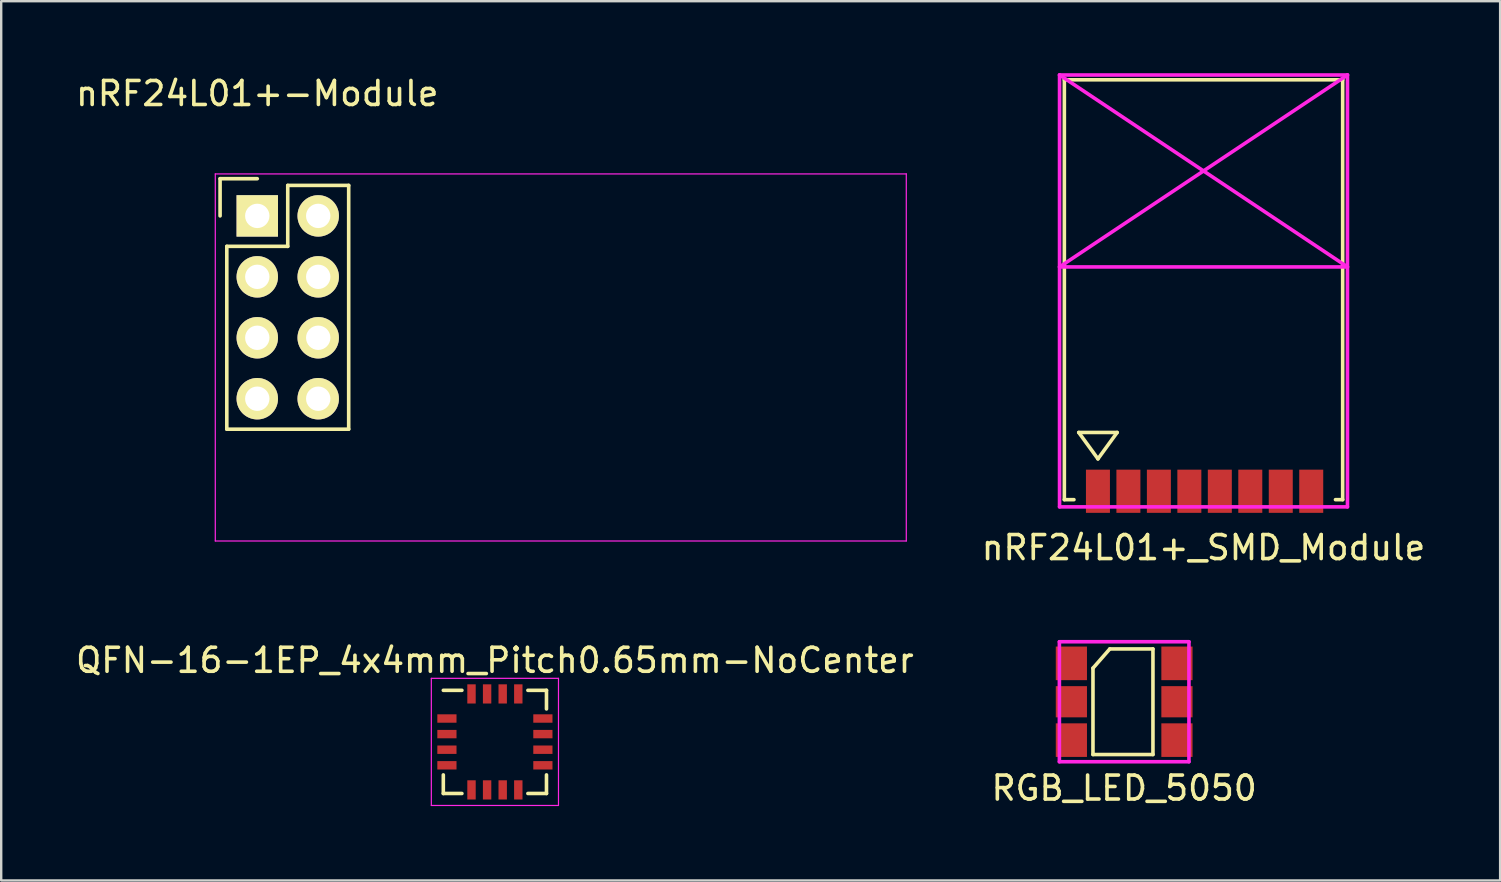
<source format=kicad_pcb>
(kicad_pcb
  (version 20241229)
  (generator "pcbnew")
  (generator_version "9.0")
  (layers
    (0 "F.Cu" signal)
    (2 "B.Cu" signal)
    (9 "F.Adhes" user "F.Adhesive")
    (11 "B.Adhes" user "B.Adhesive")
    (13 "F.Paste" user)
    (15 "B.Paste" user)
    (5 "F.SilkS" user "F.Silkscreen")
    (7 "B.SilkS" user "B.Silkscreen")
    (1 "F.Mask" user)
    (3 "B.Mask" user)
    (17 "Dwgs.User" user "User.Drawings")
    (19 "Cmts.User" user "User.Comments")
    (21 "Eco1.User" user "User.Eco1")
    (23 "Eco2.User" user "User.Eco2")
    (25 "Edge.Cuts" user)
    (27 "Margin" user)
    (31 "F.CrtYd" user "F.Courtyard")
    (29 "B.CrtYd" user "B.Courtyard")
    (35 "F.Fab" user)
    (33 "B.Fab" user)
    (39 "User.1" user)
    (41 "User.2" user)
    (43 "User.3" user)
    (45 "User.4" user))
  (footprint "nRF24L01+_SMD_Module"
    (layer "F.Cu")
    (at 47.111 10.375)
    (property "Reference" "nRF24L01+_SMD_Module" (at 0 9.4 0) (layer "F.SilkS") (effects (font (size 1 1) (thickness 0.15))))
    (attr through_hole)
    (fp_line (start -5.8 -10.1) (end 5.8 -10.1) (stroke (width 0.15) (type solid)) (layer "F.SilkS"))
    (fp_line (start -5.8 7.4) (end -5.8 -10.1) (stroke (width 0.15) (type solid)) (layer "F.SilkS"))
    (fp_line (start -5.4 7.4) (end -5.8 7.4) (stroke (width 0.15) (type solid)) (layer "F.SilkS"))
    (fp_line (start -5.2 4.6) (end -4.4 5.7) (stroke (width 0.15) (type solid)) (layer "F.SilkS"))
    (fp_line (start -4.4 5.7) (end -3.6 4.6) (stroke (width 0.15) (type solid)) (layer "F.SilkS"))
    (fp_line (start -3.6 4.6) (end -5.2 4.6) (stroke (width 0.15) (type solid)) (layer "F.SilkS"))
    (fp_line (start 5.8 -10.1) (end 5.8 7.4) (stroke (width 0.15) (type solid)) (layer "F.SilkS"))
    (fp_line (start 5.8 7.4) (end 5.5 7.4) (stroke (width 0.15) (type solid)) (layer "F.SilkS"))
    (fp_line (start -6 -10.3) (end -6 7.7) (stroke (width 0.15) (type solid)) (layer "F.CrtYd"))
    (fp_line (start -6 -10.3) (end 6 -2.3) (stroke (width 0.15) (type solid)) (layer "F.CrtYd"))
    (fp_line (start -6 -2.3) (end 6 -10.3) (stroke (width 0.15) (type solid)) (layer "F.CrtYd"))
    (fp_line (start -6 -2.3) (end 6 -2.3) (stroke (width 0.15) (type solid)) (layer "F.CrtYd"))
    (fp_line (start -6 7.7) (end 6 7.7) (stroke (width 0.15) (type solid)) (layer "F.CrtYd"))
    (fp_line (start 6 -10.3) (end -6 -10.3) (stroke (width 0.15) (type solid)) (layer "F.CrtYd"))
    (fp_line (start 6 7.7) (end 6 -10.3) (stroke (width 0.15) (type solid)) (layer "F.CrtYd"))
    (pad "1" smd rect (at -4.4 7.05) (size 1 1.8) (layers "F.Cu" "F.Mask" "F.Paste"))
    (pad "2" smd rect (at -3.13 7.05) (size 1 1.8) (layers "F.Cu" "F.Mask" "F.Paste"))
    (pad "3" smd rect (at -1.86 7.05) (size 1 1.8) (layers "F.Cu" "F.Mask" "F.Paste"))
    (pad "4" smd rect (at -0.59 7.05) (size 1 1.8) (layers "F.Cu" "F.Mask" "F.Paste"))
    (pad "5" smd rect (at 0.68 7.05) (size 1 1.8) (layers "F.Cu" "F.Mask" "F.Paste"))
    (pad "6" smd rect (at 1.95 7.05) (size 1 1.8) (layers "F.Cu" "F.Mask" "F.Paste"))
    (pad "7" smd rect (at 3.22 7.05) (size 1 1.8) (layers "F.Cu" "F.Mask" "F.Paste"))
    (pad "8" smd rect (at 4.49 7.05) (size 1 1.8) (layers "F.Cu" "F.Mask" "F.Paste")))
  (footprint "RGB_LED_5050"
    (layer "F.Cu")
    (at 43.804 26.198)
    (property "Reference" "RGB_LED_5050" (at 0 3.6 0) (layer "F.SilkS") (effects (font (size 1 1) (thickness 0.15))))
    (attr through_hole)
    (fp_line (start -1.3 -1.4) (end -0.6 -2.2) (stroke (width 0.15) (type solid)) (layer "F.SilkS"))
    (fp_line (start -1.3 2.2) (end -1.3 -1.4) (stroke (width 0.15) (type solid)) (layer "F.SilkS"))
    (fp_line (start -0.6 -2.2) (end 1.2 -2.2) (stroke (width 0.15) (type solid)) (layer "F.SilkS"))
    (fp_line (start 1.2 -2.2) (end 1.2 2.2) (stroke (width 0.15) (type solid)) (layer "F.SilkS"))
    (fp_line (start 1.2 2.2) (end -1.3 2.2) (stroke (width 0.15) (type solid)) (layer "F.SilkS"))
    (fp_line (start -2.7 -2.5) (end 2.7 -2.5) (stroke (width 0.15) (type solid)) (layer "F.CrtYd"))
    (fp_line (start -2.7 2.5) (end -2.7 -2.5) (stroke (width 0.15) (type solid)) (layer "F.CrtYd"))
    (fp_line (start 2.7 -2.5) (end 2.7 2.5) (stroke (width 0.15) (type solid)) (layer "F.CrtYd"))
    (fp_line (start 2.7 2.5) (end -2.7 2.5) (stroke (width 0.15) (type solid)) (layer "F.CrtYd"))
    (pad "1" smd rect (at -2.2 -1.6) (size 1.3 1.4) (layers "F.Cu" "F.Mask" "F.Paste"))
    (pad "2" smd rect (at 2.2 -1.6) (size 1.3 1.4) (layers "F.Cu" "F.Mask" "F.Paste"))
    (pad "3" smd rect (at -2.2 0) (size 1.3 1.3) (layers "F.Cu" "F.Mask" "F.Paste"))
    (pad "4" smd rect (at 2.2 0) (size 1.3 1.3) (layers "F.Cu" "F.Mask" "F.Paste"))
    (pad "5" smd rect (at -2.2 1.6) (size 1.3 1.4) (layers "F.Cu" "F.Mask" "F.Paste"))
    (pad "6" smd rect (at 2.2 1.6) (size 1.3 1.4) (layers "F.Cu" "F.Mask" "F.Paste")))
  (footprint "nRF24L01+-Module"
    (layer "F.Cu")
    (at 7.673 5.948)
    (property "Reference" "nRF24L01+-Module" (at 0 -5.1 0) (layer "F.SilkS") (effects (font (size 1 1) (thickness 0.15))))
    (attr through_hole)
    (fp_line (start -1.55 -1.55) (end -1.55 0) (stroke (width 0.15) (type solid)) (layer "F.SilkS"))
    (fp_line (start -1.27 1.27) (end -1.27 8.89) (stroke (width 0.15) (type solid)) (layer "F.SilkS"))
    (fp_line (start -1.27 8.89) (end 3.81 8.89) (stroke (width 0.15) (type solid)) (layer "F.SilkS"))
    (fp_line (start 0 -1.55) (end -1.55 -1.55) (stroke (width 0.15) (type solid)) (layer "F.SilkS"))
    (fp_line (start 1.27 -1.27) (end 1.27 1.27) (stroke (width 0.15) (type solid)) (layer "F.SilkS"))
    (fp_line (start 1.27 1.27) (end -1.27 1.27) (stroke (width 0.15) (type solid)) (layer "F.SilkS"))
    (fp_line (start 3.81 -1.27) (end 1.27 -1.27) (stroke (width 0.15) (type solid)) (layer "F.SilkS"))
    (fp_line (start 3.81 8.89) (end 3.81 -1.27) (stroke (width 0.15) (type solid)) (layer "F.SilkS"))
    (fp_line (start -1.75 -1.75) (end -1.75 13.55) (stroke (width 0.05) (type solid)) (layer "F.CrtYd"))
    (fp_line (start -1.75 -1.75) (end 27.05 -1.75) (stroke (width 0.05) (type solid)) (layer "F.CrtYd"))
    (fp_line (start -1.75 13.55) (end 27.05 13.55) (stroke (width 0.05) (type solid)) (layer "F.CrtYd"))
    (fp_line (start 27.05 -1.75) (end 27.05 13.55) (stroke (width 0.05) (type solid)) (layer "F.CrtYd"))
    (pad "1" thru_hole rect (at 0 0) (size 1.727 1.727) (drill 1.016) (layers "*.Cu" "*.Mask" "F.SilkS"))
    (pad "2" thru_hole oval (at 2.54 0) (size 1.727 1.727) (drill 1.016) (layers "*.Cu" "*.Mask" "F.SilkS"))
    (pad "3" thru_hole oval (at 0 2.54) (size 1.727 1.727) (drill 1.016) (layers "*.Cu" "*.Mask" "F.SilkS"))
    (pad "4" thru_hole oval (at 2.54 2.54) (size 1.727 1.727) (drill 1.016) (layers "*.Cu" "*.Mask" "F.SilkS"))
    (pad "5" thru_hole oval (at 0 5.08) (size 1.727 1.727) (drill 1.016) (layers "*.Cu" "*.Mask" "F.SilkS"))
    (pad "6" thru_hole oval (at 2.54 5.08) (size 1.727 1.727) (drill 1.016) (layers "*.Cu" "*.Mask" "F.SilkS"))
    (pad "7" thru_hole oval (at 0 7.62) (size 1.727 1.727) (drill 1.016) (layers "*.Cu" "*.Mask" "F.SilkS"))
    (pad "8" thru_hole oval (at 2.54 7.62) (size 1.727 1.727) (drill 1.016) (layers "*.Cu" "*.Mask" "F.SilkS")))
  (footprint "QFN-16-1EP_4x4mm_Pitch0.65mm-NoCenter"
    (layer "F.Cu")
    (at 17.577 27.872)
    (property "Reference" "QFN-16-1EP_4x4mm_Pitch0.65mm-NoCenter" (at 0 -3.4 0) (layer "F.SilkS") (effects (font (size 1 1) (thickness 0.15))))
    (attr smd)
    (fp_line (start -2.15 -2.15) (end -1.375 -2.15) (stroke (width 0.15) (type solid)) (layer "F.SilkS"))
    (fp_line (start -2.15 2.15) (end -2.15 1.375) (stroke (width 0.15) (type solid)) (layer "F.SilkS"))
    (fp_line (start -2.15 2.15) (end -1.375 2.15) (stroke (width 0.15) (type solid)) (layer "F.SilkS"))
    (fp_line (start 2.15 -2.15) (end 1.375 -2.15) (stroke (width 0.15) (type solid)) (layer "F.SilkS"))
    (fp_line (start 2.15 -2.15) (end 2.15 -1.375) (stroke (width 0.15) (type solid)) (layer "F.SilkS"))
    (fp_line (start 2.15 2.15) (end 1.375 2.15) (stroke (width 0.15) (type solid)) (layer "F.SilkS"))
    (fp_line (start 2.15 2.15) (end 2.15 1.375) (stroke (width 0.15) (type solid)) (layer "F.SilkS"))
    (fp_line (start -2.65 -2.65) (end -2.65 2.65) (stroke (width 0.05) (type solid)) (layer "F.CrtYd"))
    (fp_line (start -2.65 -2.65) (end 2.65 -2.65) (stroke (width 0.05) (type solid)) (layer "F.CrtYd"))
    (fp_line (start -2.65 2.65) (end 2.65 2.65) (stroke (width 0.05) (type solid)) (layer "F.CrtYd"))
    (fp_line (start 2.65 -2.65) (end 2.65 2.65) (stroke (width 0.05) (type solid)) (layer "F.CrtYd"))
    (pad "1" smd rect (at -2 -0.975) (size 0.8 0.35) (layers "F.Cu" "F.Mask" "F.Paste"))
    (pad "2" smd rect (at -2 -0.325) (size 0.8 0.35) (layers "F.Cu" "F.Mask" "F.Paste"))
    (pad "3" smd rect (at -2 0.325) (size 0.8 0.35) (layers "F.Cu" "F.Mask" "F.Paste"))
    (pad "4" smd rect (at -2 0.975) (size 0.8 0.35) (layers "F.Cu" "F.Mask" "F.Paste"))
    (pad "5" smd rect (at -0.975 2 90) (size 0.8 0.35) (layers "F.Cu" "F.Mask" "F.Paste"))
    (pad "6" smd rect (at -0.325 2 90) (size 0.8 0.35) (layers "F.Cu" "F.Mask" "F.Paste"))
    (pad "7" smd rect (at 0.325 2 90) (size 0.8 0.35) (layers "F.Cu" "F.Mask" "F.Paste"))
    (pad "8" smd rect (at 0.975 2 90) (size 0.8 0.35) (layers "F.Cu" "F.Mask" "F.Paste"))
    (pad "9" smd rect (at 2 0.975) (size 0.8 0.35) (layers "F.Cu" "F.Mask" "F.Paste"))
    (pad "10" smd rect (at 2 0.325) (size 0.8 0.35) (layers "F.Cu" "F.Mask" "F.Paste"))
    (pad "11" smd rect (at 2 -0.325) (size 0.8 0.35) (layers "F.Cu" "F.Mask" "F.Paste"))
    (pad "12" smd rect (at 2 -0.975) (size 0.8 0.35) (layers "F.Cu" "F.Mask" "F.Paste"))
    (pad "13" smd rect (at 0.975 -2 90) (size 0.8 0.35) (layers "F.Cu" "F.Mask" "F.Paste"))
    (pad "14" smd rect (at 0.325 -2 90) (size 0.8 0.35) (layers "F.Cu" "F.Mask" "F.Paste"))
    (pad "15" smd rect (at -0.325 -2 90) (size 0.8 0.35) (layers "F.Cu" "F.Mask" "F.Paste"))
    (pad "16" smd rect (at -0.975 -2 90) (size 0.8 0.35) (layers "F.Cu" "F.Mask" "F.Paste")))
  (gr_rect
    (start -3 -3)
    (end 59.474 33.647)
    (stroke (width 0.1) (type default))
    (fill no)
    (layer "Edge.Cuts")))
</source>
